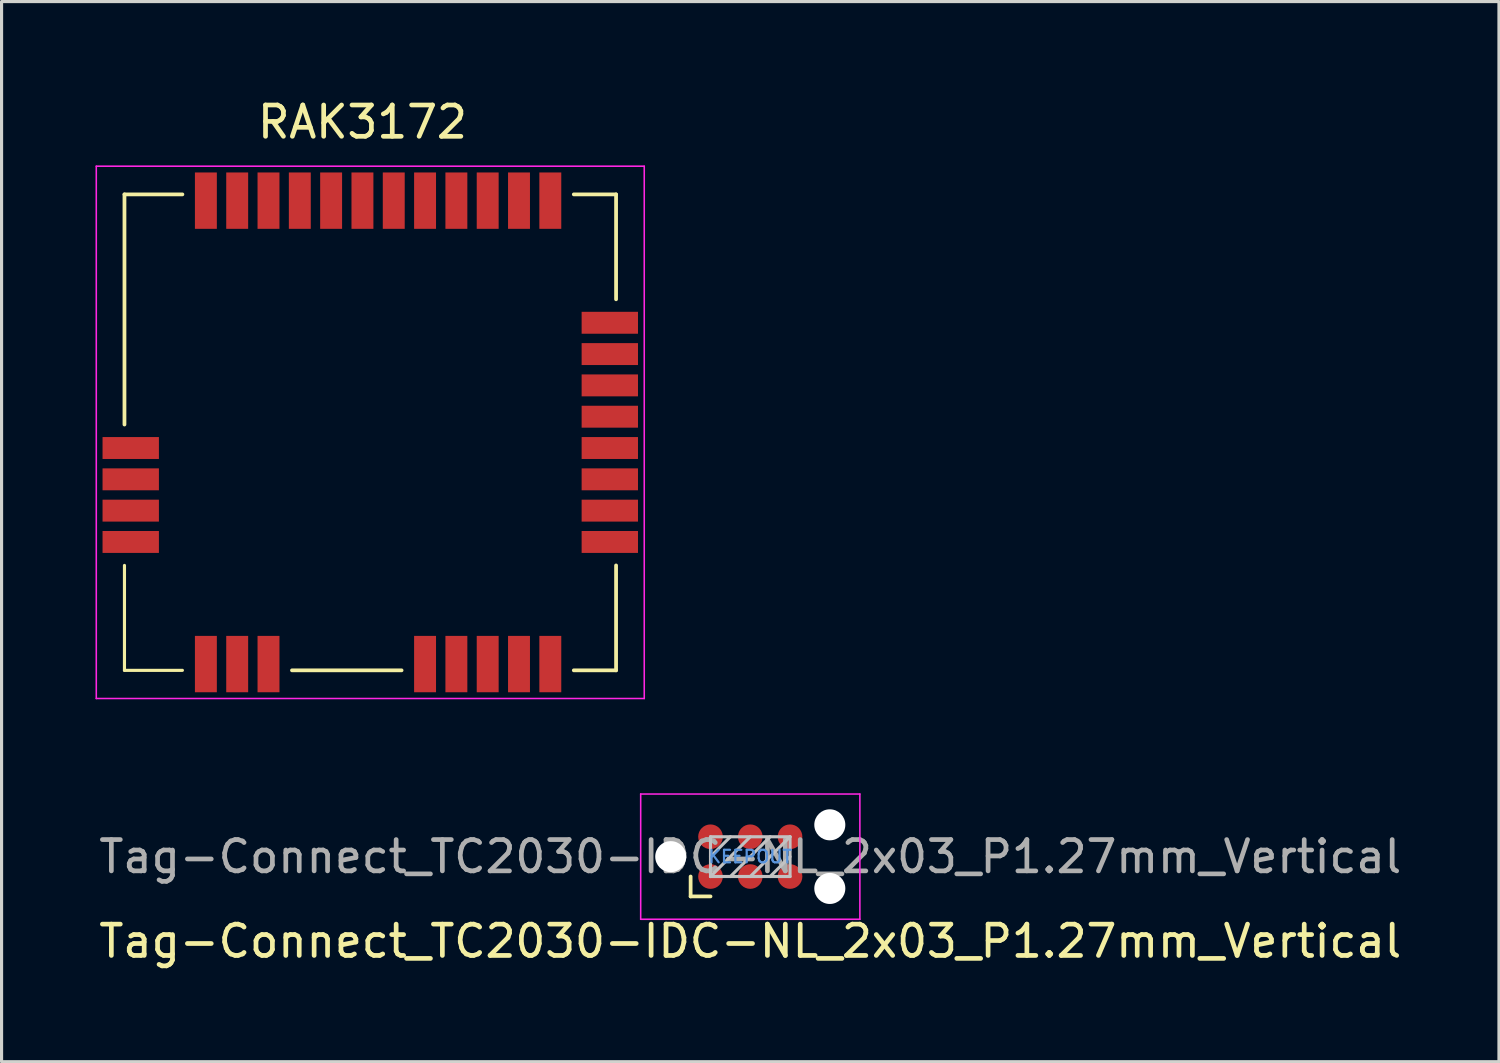
<source format=kicad_pcb>
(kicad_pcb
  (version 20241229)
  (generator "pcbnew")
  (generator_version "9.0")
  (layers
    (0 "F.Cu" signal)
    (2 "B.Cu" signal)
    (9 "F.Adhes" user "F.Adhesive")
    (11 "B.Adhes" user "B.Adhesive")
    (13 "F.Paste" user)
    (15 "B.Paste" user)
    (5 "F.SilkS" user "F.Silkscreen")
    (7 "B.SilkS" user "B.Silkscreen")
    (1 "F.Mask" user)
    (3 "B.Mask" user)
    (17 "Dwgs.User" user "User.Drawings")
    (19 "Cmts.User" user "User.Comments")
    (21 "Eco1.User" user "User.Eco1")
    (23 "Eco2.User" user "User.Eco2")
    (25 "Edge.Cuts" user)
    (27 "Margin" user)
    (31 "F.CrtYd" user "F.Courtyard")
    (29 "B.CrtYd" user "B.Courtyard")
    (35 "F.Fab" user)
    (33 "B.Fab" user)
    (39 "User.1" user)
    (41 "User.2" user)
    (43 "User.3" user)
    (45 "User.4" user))
  (footprint "Tag-Connect_TC2030-IDC-NL_2x03_P1.27mm_Vertical"
    (layer "F.Cu")
    (at 20.911 24.308)
    (property "Reference" "Tag-Connect_TC2030-IDC-NL_2x03_P1.27mm_Vertical" (at 0 2.7 180) (layer "F.SilkS") (effects (font (size 1 1) (thickness 0.15))))
    (attr exclude_from_pos_files exclude_from_bom)
    (fp_line (start -1.905 1.27) (end -1.905 0.635) (stroke (width 0.12) (type solid)) (layer "F.SilkS"))
    (fp_line (start -1.27 1.27) (end -1.905 1.27) (stroke (width 0.12) (type solid)) (layer "F.SilkS"))
    (fp_line (start -1.27 -0.635) (end 1.27 -0.635) (stroke (width 0.1) (type solid)) (layer "Dwgs.User"))
    (fp_line (start -1.27 0) (end -0.635 -0.635) (stroke (width 0.1) (type solid)) (layer "Dwgs.User"))
    (fp_line (start -1.27 0.635) (end -1.27 -0.635) (stroke (width 0.1) (type solid)) (layer "Dwgs.User"))
    (fp_line (start -1.27 0.635) (end 0 -0.635) (stroke (width 0.1) (type solid)) (layer "Dwgs.User"))
    (fp_line (start -0.635 0.635) (end 0.635 -0.635) (stroke (width 0.1) (type solid)) (layer "Dwgs.User"))
    (fp_line (start 0 0.635) (end 1.27 -0.635) (stroke (width 0.1) (type solid)) (layer "Dwgs.User"))
    (fp_line (start 0.635 0.635) (end 1.27 0) (stroke (width 0.1) (type solid)) (layer "Dwgs.User"))
    (fp_line (start 1.27 -0.635) (end 1.27 0.635) (stroke (width 0.1) (type solid)) (layer "Dwgs.User"))
    (fp_line (start 1.27 0.635) (end -1.27 0.635) (stroke (width 0.1) (type solid)) (layer "Dwgs.User"))
    (fp_line (start -3.5 -2) (end 3.5 -2) (stroke (width 0.05) (type solid)) (layer "F.CrtYd"))
    (fp_line (start -3.5 2) (end -3.5 -2) (stroke (width 0.05) (type solid)) (layer "F.CrtYd"))
    (fp_line (start 3.5 -2) (end 3.5 2) (stroke (width 0.05) (type solid)) (layer "F.CrtYd"))
    (fp_line (start 3.5 2) (end -3.5 2) (stroke (width 0.05) (type solid)) (layer "F.CrtYd"))
    (fp_text user "KEEPOUT" (at 0 0 180) (layer "Cmts.User") (effects (font (size 0.4 0.4) (thickness 0.07))))
    (fp_text user "${REFERENCE}" (at 0 0 180) (layer "F.Fab") (effects (font (size 1 1) (thickness 0.15))))
    (pad "" np_thru_hole circle (at -2.54 0) (size 0.991 0.991) (drill 0.991) (layers "*.Cu" "*.Mask"))
    (pad "" np_thru_hole circle (at 2.54 -1.016) (size 0.991 0.991) (drill 0.991) (layers "*.Cu" "*.Mask"))
    (pad "" np_thru_hole circle (at 2.54 1.016) (size 0.991 0.991) (drill 0.991) (layers "*.Cu" "*.Mask"))
    (pad "1" connect circle (at -1.27 0.635) (size 0.787 0.787) (layers "F.Cu" "F.Mask"))
    (pad "2" connect circle (at -1.27 -0.635) (size 0.787 0.787) (layers "F.Cu" "F.Mask"))
    (pad "3" connect circle (at 0 0.635) (size 0.787 0.787) (layers "F.Cu" "F.Mask"))
    (pad "4" connect circle (at 0 -0.635) (size 0.787 0.787) (layers "F.Cu" "F.Mask"))
    (pad "5" connect circle (at 1.27 0.635) (size 0.787 0.787) (layers "F.Cu" "F.Mask"))
    (pad "6" connect circle (at 1.27 -0.635) (size 0.787 0.787) (layers "F.Cu" "F.Mask")))
  (footprint "RAK3172"
    (layer "F.Cu")
    (at 8.525 11.008)
    (property "Reference" "RAK3172" (at 0 -10.16 180) (layer "F.SilkS") (effects (font (size 1 1) (thickness 0.15))))
    (attr smd)
    (fp_line (start -7.6 -7.85) (end -5.75 -7.85) (stroke (width 0.12) (type solid)) (layer "F.SilkS"))
    (fp_line (start -7.6 -0.5) (end -7.6 -7.85) (stroke (width 0.12) (type solid)) (layer "F.SilkS"))
    (fp_line (start -7.6 7.35) (end -7.6 4) (stroke (width 0.1) (type solid)) (layer "F.SilkS"))
    (fp_line (start -5.75 7.35) (end -7.6 7.35) (stroke (width 0.1) (type solid)) (layer "F.SilkS"))
    (fp_line (start 1.25 7.35) (end -2.25 7.35) (stroke (width 0.12) (type solid)) (layer "F.SilkS"))
    (fp_line (start 6.75 -7.85) (end 8.1 -7.85) (stroke (width 0.12) (type solid)) (layer "F.SilkS"))
    (fp_line (start 8.1 -7.85) (end 8.1 -4.5) (stroke (width 0.12) (type solid)) (layer "F.SilkS"))
    (fp_line (start 8.1 4) (end 8.1 7.35) (stroke (width 0.12) (type solid)) (layer "F.SilkS"))
    (fp_line (start 8.1 7.35) (end 6.75 7.35) (stroke (width 0.12) (type solid)) (layer "F.SilkS"))
    (fp_line (start -8.5 -8.75) (end 9 -8.75) (stroke (width 0.05) (type solid)) (layer "F.CrtYd"))
    (fp_line (start -8.5 8.25) (end -8.5 -8.75) (stroke (width 0.05) (type solid)) (layer "F.CrtYd"))
    (fp_line (start 9 -8.75) (end 9 8.25) (stroke (width 0.05) (type solid)) (layer "F.CrtYd"))
    (fp_line (start 9 8.25) (end -8.5 8.25) (stroke (width 0.05) (type solid)) (layer "F.CrtYd"))
    (pad "1" smd rect (at 6 -7.65 180) (size 0.7 1.8) (layers "F.Cu" "F.Mask" "F.Paste"))
    (pad "2" smd rect (at 5 -7.65 180) (size 0.7 1.8) (layers "F.Cu" "F.Mask" "F.Paste"))
    (pad "3" smd rect (at 4 -7.65 180) (size 0.7 1.8) (layers "F.Cu" "F.Mask" "F.Paste"))
    (pad "4" smd rect (at 3 -7.65 180) (size 0.7 1.8) (layers "F.Cu" "F.Mask" "F.Paste"))
    (pad "5" smd rect (at 2 -7.65 180) (size 0.7 1.8) (layers "F.Cu" "F.Mask" "F.Paste"))
    (pad "6" smd rect (at 1 -7.65 180) (size 0.7 1.8) (layers "F.Cu" "F.Mask" "F.Paste"))
    (pad "7" smd rect (at 0 -7.65 180) (size 0.7 1.8) (layers "F.Cu" "F.Mask" "F.Paste"))
    (pad "8" smd rect (at -1 -7.65 180) (size 0.7 1.8) (layers "F.Cu" "F.Mask" "F.Paste"))
    (pad "9" smd rect (at -2 -7.65 180) (size 0.7 1.8) (layers "F.Cu" "F.Mask" "F.Paste"))
    (pad "10" smd rect (at -3 -7.65 180) (size 0.7 1.8) (layers "F.Cu" "F.Mask" "F.Paste"))
    (pad "11" smd rect (at -4 -7.65 180) (size 0.7 1.8) (layers "F.Cu" "F.Mask" "F.Paste"))
    (pad "12" smd rect (at -5 -7.65 180) (size 0.7 1.8) (layers "F.Cu" "F.Mask" "F.Paste"))
    (pad "13" smd rect (at -7.4 0.25 270) (size 0.7 1.8) (layers "F.Cu" "F.Mask" "F.Paste"))
    (pad "14" smd rect (at -7.4 1.25 270) (size 0.7 1.8) (layers "F.Cu" "F.Mask" "F.Paste"))
    (pad "15" smd rect (at -7.4 2.25 270) (size 0.7 1.8) (layers "F.Cu" "F.Mask" "F.Paste"))
    (pad "16" smd rect (at -7.4 3.25 270) (size 0.7 1.8) (layers "F.Cu" "F.Mask" "F.Paste"))
    (pad "17" smd rect (at -5 7.15) (size 0.7 1.8) (layers "F.Cu" "F.Mask" "F.Paste"))
    (pad "18" smd rect (at -4 7.15) (size 0.7 1.8) (layers "F.Cu" "F.Mask" "F.Paste"))
    (pad "19" smd rect (at -3 7.15) (size 0.7 1.8) (layers "F.Cu" "F.Mask" "F.Paste"))
    (pad "20" smd rect (at 2 7.15) (size 0.7 1.8) (layers "F.Cu" "F.Mask" "F.Paste"))
    (pad "21" smd rect (at 3 7.15) (size 0.7 1.8) (layers "F.Cu" "F.Mask" "F.Paste"))
    (pad "22" smd rect (at 4 7.15) (size 0.7 1.8) (layers "F.Cu" "F.Mask" "F.Paste"))
    (pad "23" smd rect (at 5 7.15) (size 0.7 1.8) (layers "F.Cu" "F.Mask" "F.Paste"))
    (pad "24" smd rect (at 6 7.15) (size 0.7 1.8) (layers "F.Cu" "F.Mask" "F.Paste"))
    (pad "25" smd rect (at 7.9 3.25 90) (size 0.7 1.8) (layers "F.Cu" "F.Mask" "F.Paste"))
    (pad "26" smd rect (at 7.9 2.25 90) (size 0.7 1.8) (layers "F.Cu" "F.Mask" "F.Paste"))
    (pad "27" smd rect (at 7.9 1.25 90) (size 0.7 1.8) (layers "F.Cu" "F.Mask" "F.Paste"))
    (pad "28" smd rect (at 7.9 0.25 90) (size 0.7 1.8) (layers "F.Cu" "F.Mask" "F.Paste"))
    (pad "29" smd rect (at 7.9 -0.75 90) (size 0.7 1.8) (layers "F.Cu" "F.Mask" "F.Paste"))
    (pad "30" smd rect (at 7.9 -1.75 90) (size 0.7 1.8) (layers "F.Cu" "F.Mask" "F.Paste"))
    (pad "31" smd rect (at 7.9 -2.75 90) (size 0.7 1.8) (layers "F.Cu" "F.Mask" "F.Paste"))
    (pad "32" smd rect (at 7.9 -3.75 90) (size 0.7 1.8) (layers "F.Cu" "F.Mask" "F.Paste")))
  (gr_rect
    (start -3 -3)
    (end 44.821 30.857)
    (stroke (width 0.1) (type default))
    (fill no)
    (layer "Edge.Cuts")))
</source>
